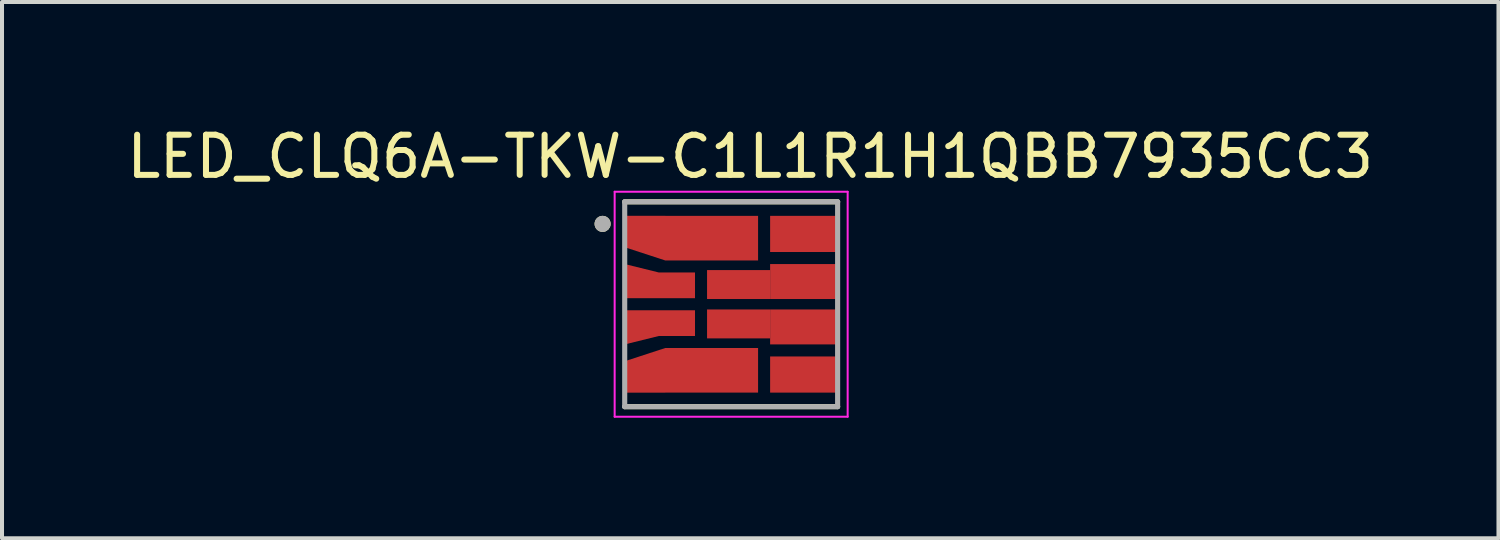
<source format=kicad_pcb>
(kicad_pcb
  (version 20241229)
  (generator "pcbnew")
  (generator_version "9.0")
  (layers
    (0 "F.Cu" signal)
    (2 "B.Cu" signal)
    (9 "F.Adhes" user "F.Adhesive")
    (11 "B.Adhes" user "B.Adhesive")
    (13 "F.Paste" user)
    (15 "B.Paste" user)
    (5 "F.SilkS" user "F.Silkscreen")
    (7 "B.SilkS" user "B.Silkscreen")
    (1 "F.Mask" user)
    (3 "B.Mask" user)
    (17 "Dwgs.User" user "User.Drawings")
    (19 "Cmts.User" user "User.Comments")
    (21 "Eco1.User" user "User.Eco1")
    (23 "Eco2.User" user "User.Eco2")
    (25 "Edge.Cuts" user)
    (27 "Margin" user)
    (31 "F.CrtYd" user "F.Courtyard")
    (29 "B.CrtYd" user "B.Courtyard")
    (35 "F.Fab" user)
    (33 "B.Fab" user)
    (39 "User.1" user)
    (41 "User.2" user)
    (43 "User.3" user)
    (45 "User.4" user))
  (footprint "LED_CLQ6A-TKW-C1L1R1H1QBB7935CC3"
    (layer "F.Cu")
    (at 15.15 4.523)
    (property "Reference" "LED_CLQ6A-TKW-C1L1R1H1QBB7935CC3" (at 0.475 -3.675 0) (layer "F.SilkS") (effects (font (size 1 1) (thickness 0.15))))
    (attr smd)
    (fp_poly (pts (xy -1.9 -0.05) (xy -2.75 -0.05) (xy -2.75 -1.12) (xy -1.9 -0.89)) (stroke (width 0.001) (type solid)) (fill yes) (layer "F.Mask"))
    (fp_poly (pts (xy -1.9 0.05) (xy -2.75 0.05) (xy -2.75 1.12) (xy -1.9 0.89)) (stroke (width 0.001) (type solid)) (fill yes) (layer "F.Mask"))
    (fp_poly (pts (xy -1.74 -2.3) (xy -2.75 -2.3) (xy -2.75 -1.32) (xy -1.74 -0.99)) (stroke (width 0.001) (type solid)) (fill yes) (layer "F.Mask"))
    (fp_poly (pts (xy -1.74 2.3) (xy -2.75 2.3) (xy -2.75 1.32) (xy -1.74 0.99)) (stroke (width 0.001) (type solid)) (fill yes) (layer "F.Mask"))
    (fp_line (start -2.65 -2.55) (end 2.65 -2.55) (stroke (width 0.127) (type solid)) (layer "F.SilkS"))
    (fp_line (start 2.65 2.55) (end -2.65 2.55) (stroke (width 0.127) (type solid)) (layer "F.SilkS"))
    (fp_circle (center -3.2 -2) (end -3.1 -2) (stroke (width 0.2) (type solid)) (fill no) (layer "F.SilkS"))
    (fp_poly (pts (xy -1.8 -0.15) (xy -2.65 -0.15) (xy -2.65 -1) (xy -1.8 -0.79)) (stroke (width 0.001) (type solid)) (fill yes) (layer "F.Paste"))
    (fp_poly (pts (xy -1.8 0.15) (xy -2.65 0.15) (xy -2.65 1) (xy -1.8 0.79)) (stroke (width 0.001) (type solid)) (fill yes) (layer "F.Paste"))
    (fp_poly (pts (xy -1.64 -2.2) (xy -2.65 -2.2) (xy -2.65 -1.42) (xy -1.64 -1.09)) (stroke (width 0.001) (type solid)) (fill yes) (layer "F.Paste"))
    (fp_poly (pts (xy -1.64 2.2) (xy -2.65 2.2) (xy -2.65 1.42) (xy -1.64 1.09)) (stroke (width 0.001) (type solid)) (fill yes) (layer "F.Paste"))
    (fp_line (start -2.9 -2.8) (end 2.9 -2.8) (stroke (width 0.05) (type solid)) (layer "F.CrtYd"))
    (fp_line (start -2.9 2.8) (end -2.9 -2.8) (stroke (width 0.05) (type solid)) (layer "F.CrtYd"))
    (fp_line (start 2.9 -2.8) (end 2.9 2.8) (stroke (width 0.05) (type solid)) (layer "F.CrtYd"))
    (fp_line (start 2.9 2.8) (end -2.9 2.8) (stroke (width 0.05) (type solid)) (layer "F.CrtYd"))
    (fp_line (start -2.65 -2.55) (end 2.65 -2.55) (stroke (width 0.127) (type solid)) (layer "F.Fab"))
    (fp_line (start -2.65 2.55) (end -2.65 -2.55) (stroke (width 0.127) (type solid)) (layer "F.Fab"))
    (fp_line (start 2.65 -2.55) (end 2.65 2.55) (stroke (width 0.127) (type solid)) (layer "F.Fab"))
    (fp_line (start 2.65 2.55) (end -2.65 2.55) (stroke (width 0.127) (type solid)) (layer "F.Fab"))
    (fp_circle (center -3.2 -2) (end -3.1 -2) (stroke (width 0.2) (type solid)) (fill no) (layer "F.Fab"))
    (pad "1" smd custom (at -0.485 -1.645) (size 2.31 1.11) (layers "F.Cu" "F.Mask" "F.Paste") (options (anchor rect)) (primitives (gr_poly (pts (xy -1.155 -0.555) (xy -2.165 -0.555) (xy -2.165 0.225) (xy -1.155 0.555)) (width 0.001) (fill yes))))
    (pad "2" smd custom (at -1.35 -0.47) (size 0.9 0.64) (layers "F.Cu" "F.Mask" "F.Paste") (options (anchor rect)) (primitives (gr_poly (pts (xy -0.45 0.32) (xy -1.3 0.32) (xy -1.3 -0.53) (xy -0.45 -0.32)) (width 0.001) (fill yes))))
    (pad "3" smd custom (at -1.35 0.47) (size 0.9 0.64) (layers "F.Cu" "F.Mask" "F.Paste") (options (anchor rect)) (primitives (gr_poly (pts (xy -0.45 -0.32) (xy -1.3 -0.32) (xy -1.3 0.53) (xy -0.45 0.32)) (width 0.001) (fill yes))))
    (pad "4" smd custom (at -0.485 1.645) (size 2.31 1.11) (layers "F.Cu" "F.Mask" "F.Paste") (options (anchor rect)) (primitives (gr_poly (pts (xy -1.155 0.555) (xy -2.165 0.555) (xy -2.165 -0.225) (xy -1.155 -0.555)) (width 0.001) (fill yes))))
    (pad "5" smd rect (at 1.81 1.75) (size 1.68 0.9) (layers "F.Cu" "F.Mask" "F.Paste"))
    (pad "6" smd rect (at 1.81 0.565) (size 1.68 0.87) (layers "F.Cu" "F.Mask" "F.Paste"))
    (pad "6_1" smd rect (at 0.185 0.49) (size 1.57 0.72) (layers "F.Cu" "F.Mask" "F.Paste"))
    (pad "7" smd rect (at 1.81 -0.565) (size 1.68 0.87) (layers "F.Cu" "F.Mask" "F.Paste"))
    (pad "7_1" smd rect (at 0.185 -0.49) (size 1.57 0.72) (layers "F.Cu" "F.Mask" "F.Paste"))
    (pad "8" smd rect (at 1.81 -1.75) (size 1.68 0.9) (layers "F.Cu" "F.Mask" "F.Paste")))
  (gr_rect
    (start -3 -3)
    (end 34.25 10.348)
    (stroke (width 0.1) (type default))
    (fill no)
    (layer "Edge.Cuts")))
</source>
